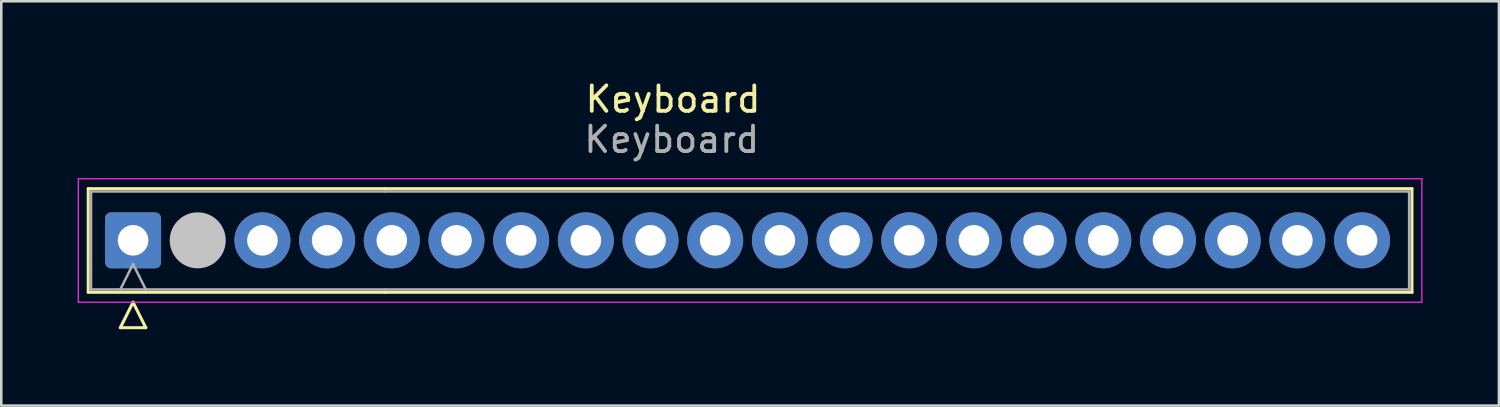
<source format=kicad_pcb>
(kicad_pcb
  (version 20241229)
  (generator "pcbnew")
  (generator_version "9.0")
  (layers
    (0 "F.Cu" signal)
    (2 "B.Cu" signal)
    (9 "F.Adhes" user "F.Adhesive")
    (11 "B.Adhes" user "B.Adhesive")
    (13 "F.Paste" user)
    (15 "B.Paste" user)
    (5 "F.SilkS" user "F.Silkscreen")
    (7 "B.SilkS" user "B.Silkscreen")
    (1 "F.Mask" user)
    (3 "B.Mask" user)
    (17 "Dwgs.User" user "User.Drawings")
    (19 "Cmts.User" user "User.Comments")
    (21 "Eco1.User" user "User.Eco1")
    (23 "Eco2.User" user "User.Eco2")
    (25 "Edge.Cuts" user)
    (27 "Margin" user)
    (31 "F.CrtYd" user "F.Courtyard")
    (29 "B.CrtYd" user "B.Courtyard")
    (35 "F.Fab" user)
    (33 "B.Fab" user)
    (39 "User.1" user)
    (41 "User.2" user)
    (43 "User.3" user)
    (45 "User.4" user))
  (footprint "Keyboard"
    (layer "F.Cu")
    (at 2.175 6.388)
    (property "Reference" "Keyboard" (at 21.204 -5.54 0) (layer "F.SilkS") (effects (font (size 1 1) (thickness 0.15))))
    (attr through_hole)
    (fp_line (start -1.76 -2.032) (end -1.76 2.04) (stroke (width 0.12) (type solid)) (layer "F.SilkS"))
    (fp_line (start -1.76 2.04) (end 9.9 2.04) (stroke (width 0.12) (type solid)) (layer "F.SilkS"))
    (fp_line (start -0.5 3.43) (end 0 2.43) (stroke (width 0.12) (type solid)) (layer "F.SilkS"))
    (fp_line (start 0 2.43) (end 0.5 3.43) (stroke (width 0.12) (type solid)) (layer "F.SilkS"))
    (fp_line (start 0.5 3.43) (end -0.5 3.43) (stroke (width 0.12) (type solid)) (layer "F.SilkS"))
    (fp_line (start 9.9 -2.03) (end -1.76 -2.03) (stroke (width 0.12) (type solid)) (layer "F.SilkS"))
    (fp_line (start 9.9 -2.03) (end 50.221 -2.03) (stroke (width 0.12) (type solid)) (layer "F.SilkS"))
    (fp_line (start 50.22 -2.029) (end 50.22 2.04) (stroke (width 0.12) (type solid)) (layer "F.SilkS"))
    (fp_line (start 50.221 2.04) (end 9.9 2.04) (stroke (width 0.12) (type solid)) (layer "F.SilkS"))
    (fp_line (start -2.15 -2.42) (end -2.15 2.43) (stroke (width 0.05) (type solid)) (layer "F.CrtYd"))
    (fp_line (start -2.15 2.43) (end 50.61 2.43) (stroke (width 0.05) (type solid)) (layer "F.CrtYd"))
    (fp_line (start 50.61 -2.42) (end -2.15 -2.42) (stroke (width 0.05) (type solid)) (layer "F.CrtYd"))
    (fp_line (start 50.61 2.43) (end 50.61 -2.42) (stroke (width 0.05) (type solid)) (layer "F.CrtYd"))
    (fp_line (start -1.65 -1.92) (end -1.65 1.93) (stroke (width 0.1) (type solid)) (layer "F.Fab"))
    (fp_line (start -1.65 1.93) (end 9.9 1.93) (stroke (width 0.1) (type solid)) (layer "F.Fab"))
    (fp_line (start -0.5 1.93) (end 0 0.93) (stroke (width 0.1) (type solid)) (layer "F.Fab"))
    (fp_line (start 0 0.93) (end 0.5 1.93) (stroke (width 0.1) (type solid)) (layer "F.Fab"))
    (fp_line (start 9.9 -1.92) (end -1.65 -1.92) (stroke (width 0.1) (type solid)) (layer "F.Fab"))
    (fp_line (start 9.9 -1.92) (end 50.11 -1.92) (stroke (width 0.1) (type solid)) (layer "F.Fab"))
    (fp_line (start 50.11 -1.918) (end 50.11 1.93) (stroke (width 0.1) (type solid)) (layer "F.Fab"))
    (fp_line (start 50.112 1.93) (end 9.9 1.93) (stroke (width 0.1) (type solid)) (layer "F.Fab"))
    (fp_text user "${REFERENCE}" (at 21.153 -3.96 0) (layer "F.Fab") (effects (font (size 1 1) (thickness 0.15))))
    (pad "" smd circle (at 2.54 0) (size 2.2 2.2) (layers "Dwgs.User"))
    (pad "1" thru_hole roundrect (at 0 0) (size 2.2 2.2) (drill 1.2) (layers "*.Cu" "*.Mask") (roundrect_rratio 0.104))
    (pad "3" thru_hole circle (at 5.08 0) (size 2.2 2.2) (drill 1.2) (layers "*.Cu" "*.Mask"))
    (pad "4" thru_hole circle (at 7.62 0) (size 2.2 2.2) (drill 1.2) (layers "*.Cu" "*.Mask"))
    (pad "5" thru_hole circle (at 10.16 0) (size 2.2 2.2) (drill 1.2) (layers "*.Cu" "*.Mask"))
    (pad "6" thru_hole circle (at 12.7 0) (size 2.2 2.2) (drill 1.2) (layers "*.Cu" "*.Mask"))
    (pad "7" thru_hole circle (at 15.24 0) (size 2.2 2.2) (drill 1.2) (layers "*.Cu" "*.Mask"))
    (pad "8" thru_hole circle (at 17.78 0) (size 2.2 2.2) (drill 1.2) (layers "*.Cu" "*.Mask"))
    (pad "9" thru_hole circle (at 20.32 0) (size 2.2 2.2) (drill 1.2) (layers "*.Cu" "*.Mask"))
    (pad "10" thru_hole circle (at 22.86 0) (size 2.2 2.2) (drill 1.2) (layers "*.Cu" "*.Mask"))
    (pad "11" thru_hole circle (at 25.4 0) (size 2.2 2.2) (drill 1.2) (layers "*.Cu" "*.Mask"))
    (pad "12" thru_hole circle (at 27.94 0) (size 2.2 2.2) (drill 1.2) (layers "*.Cu" "*.Mask"))
    (pad "13" thru_hole circle (at 30.48 0) (size 2.2 2.2) (drill 1.2) (layers "*.Cu" "*.Mask"))
    (pad "14" thru_hole circle (at 33.02 0) (size 2.2 2.2) (drill 1.2) (layers "*.Cu" "*.Mask"))
    (pad "15" thru_hole circle (at 35.56 0) (size 2.2 2.2) (drill 1.2) (layers "*.Cu" "*.Mask"))
    (pad "16" thru_hole circle (at 38.1 0) (size 2.2 2.2) (drill 1.2) (layers "*.Cu" "*.Mask"))
    (pad "17" thru_hole circle (at 40.64 0) (size 2.2 2.2) (drill 1.2) (layers "*.Cu" "*.Mask"))
    (pad "18" thru_hole circle (at 43.18 0) (size 2.2 2.2) (drill 1.2) (layers "*.Cu" "*.Mask"))
    (pad "19" thru_hole circle (at 45.72 0) (size 2.2 2.2) (drill 1.2) (layers "*.Cu" "*.Mask"))
    (pad "20" thru_hole circle (at 48.26 0) (size 2.2 2.2) (drill 1.2) (layers "*.Cu" "*.Mask")))
  (gr_rect
    (start -3 -3)
    (end 55.81 12.878)
    (stroke (width 0.1) (type default))
    (fill no)
    (layer "Edge.Cuts")))
</source>
